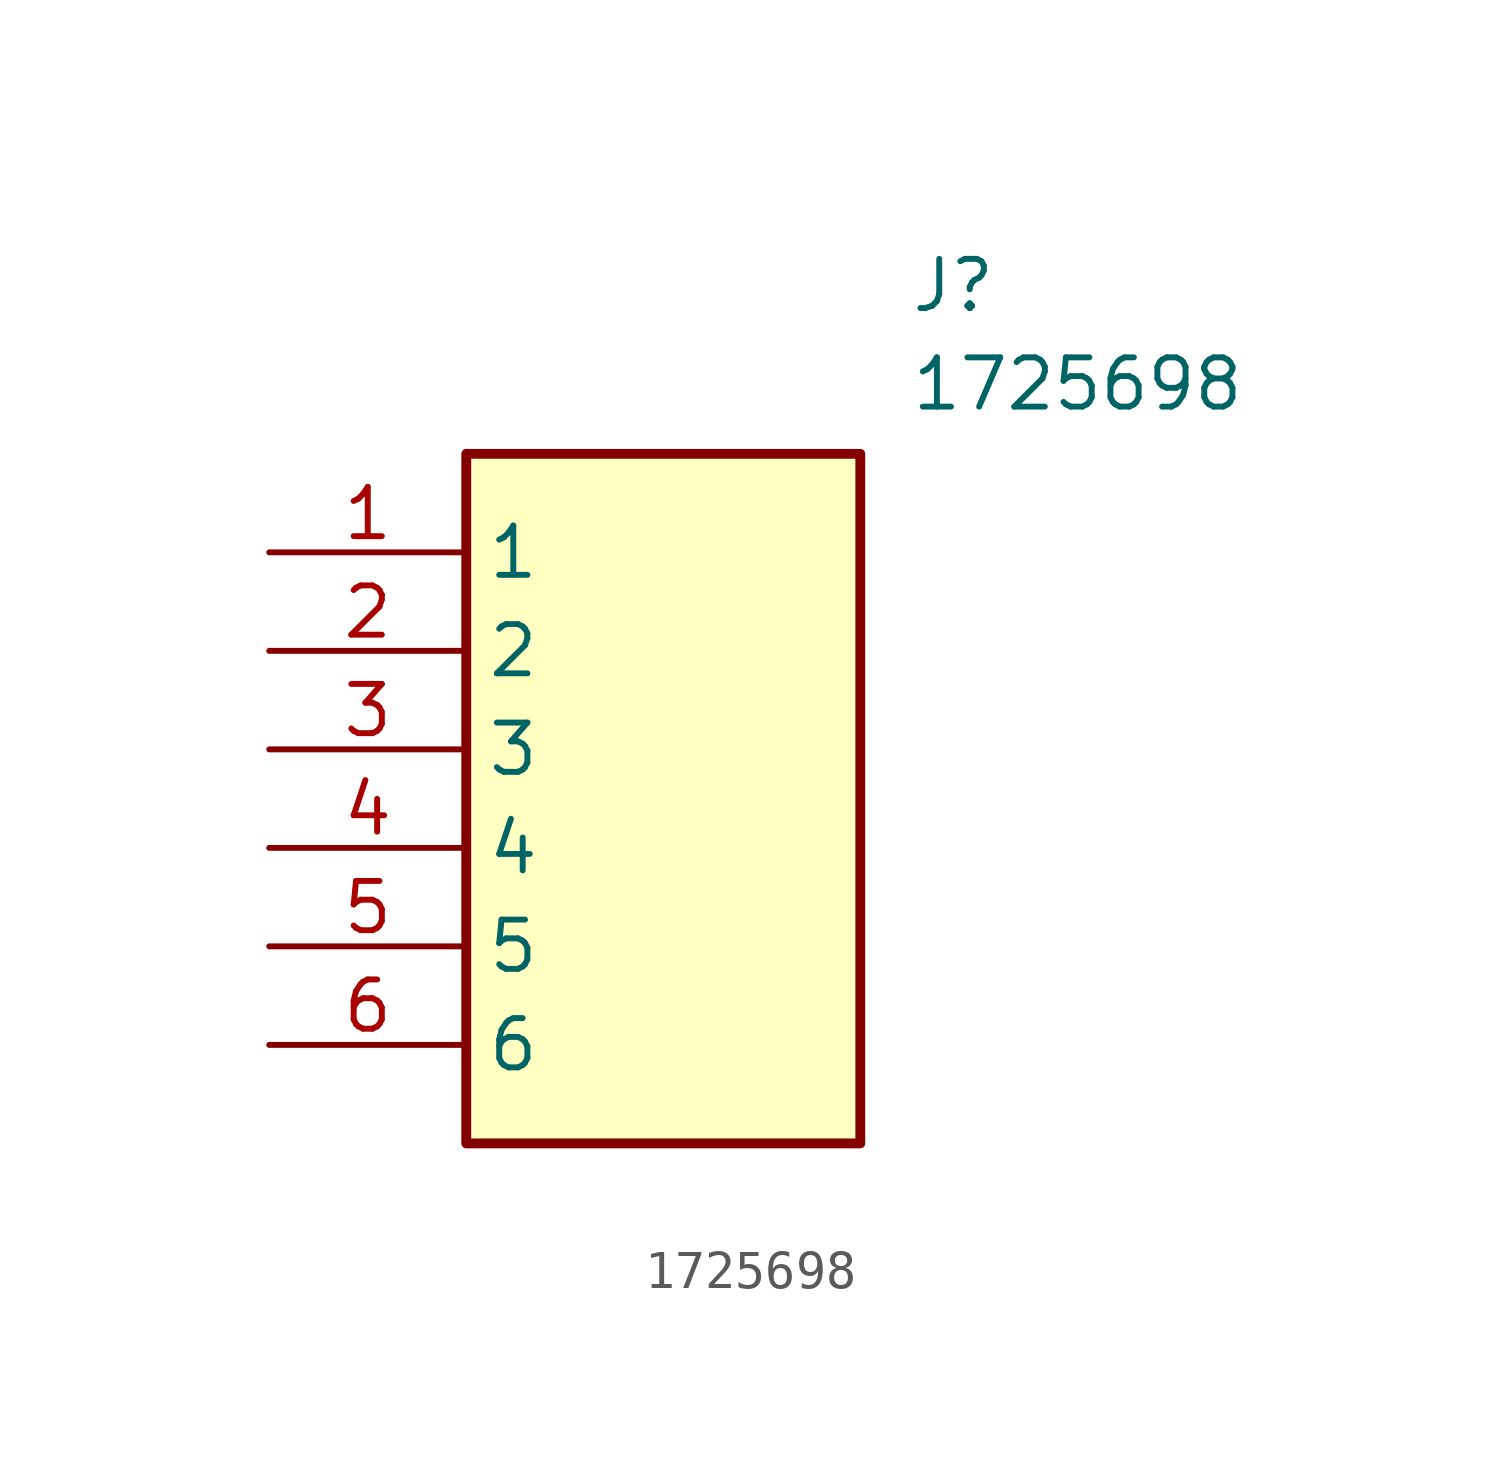
<source format=kicad_sym>
(kicad_symbol_lib
  (version 20211014)
  (generator SamacSys_ECAD_Model)
  (symbol "1725698"
    (property "Reference" "J"
      (at 16.51 7.62 0)
      (effects (font (size 1.27 1.27)) (justify left top)))
    (property "Value" "1725698"
      (at 16.51 5.08 0)
      (effects (font (size 1.27 1.27)) (justify left top)))
    (rectangle
      (start 5.08 2.54)
      (end 15.24 -15.24)
      (stroke (width 0.254) (type default))
      (fill (type background)))
    (pin passive line
      (at 0 0 0)
      (length 5.08)
      (name "1" (effects (font (size 1.27 1.27))))
      (number "1" (effects (font (size 1.27 1.27)))))
    (pin passive line
      (at 0 -2.54 0)
      (length 5.08)
      (name "2" (effects (font (size 1.27 1.27))))
      (number "2" (effects (font (size 1.27 1.27)))))
    (pin passive line
      (at 0 -5.08 0)
      (length 5.08)
      (name "3" (effects (font (size 1.27 1.27))))
      (number "3" (effects (font (size 1.27 1.27)))))
    (pin passive line
      (at 0 -7.62 0)
      (length 5.08)
      (name "4" (effects (font (size 1.27 1.27))))
      (number "4" (effects (font (size 1.27 1.27)))))
    (pin passive line
      (at 0 -10.16 0)
      (length 5.08)
      (name "5" (effects (font (size 1.27 1.27))))
      (number "5" (effects (font (size 1.27 1.27)))))
    (pin passive line
      (at 0 -12.7 0)
      (length 5.08)
      (name "6" (effects (font (size 1.27 1.27))))
      (number "6" (effects (font (size 1.27 1.27)))))))
</source>
